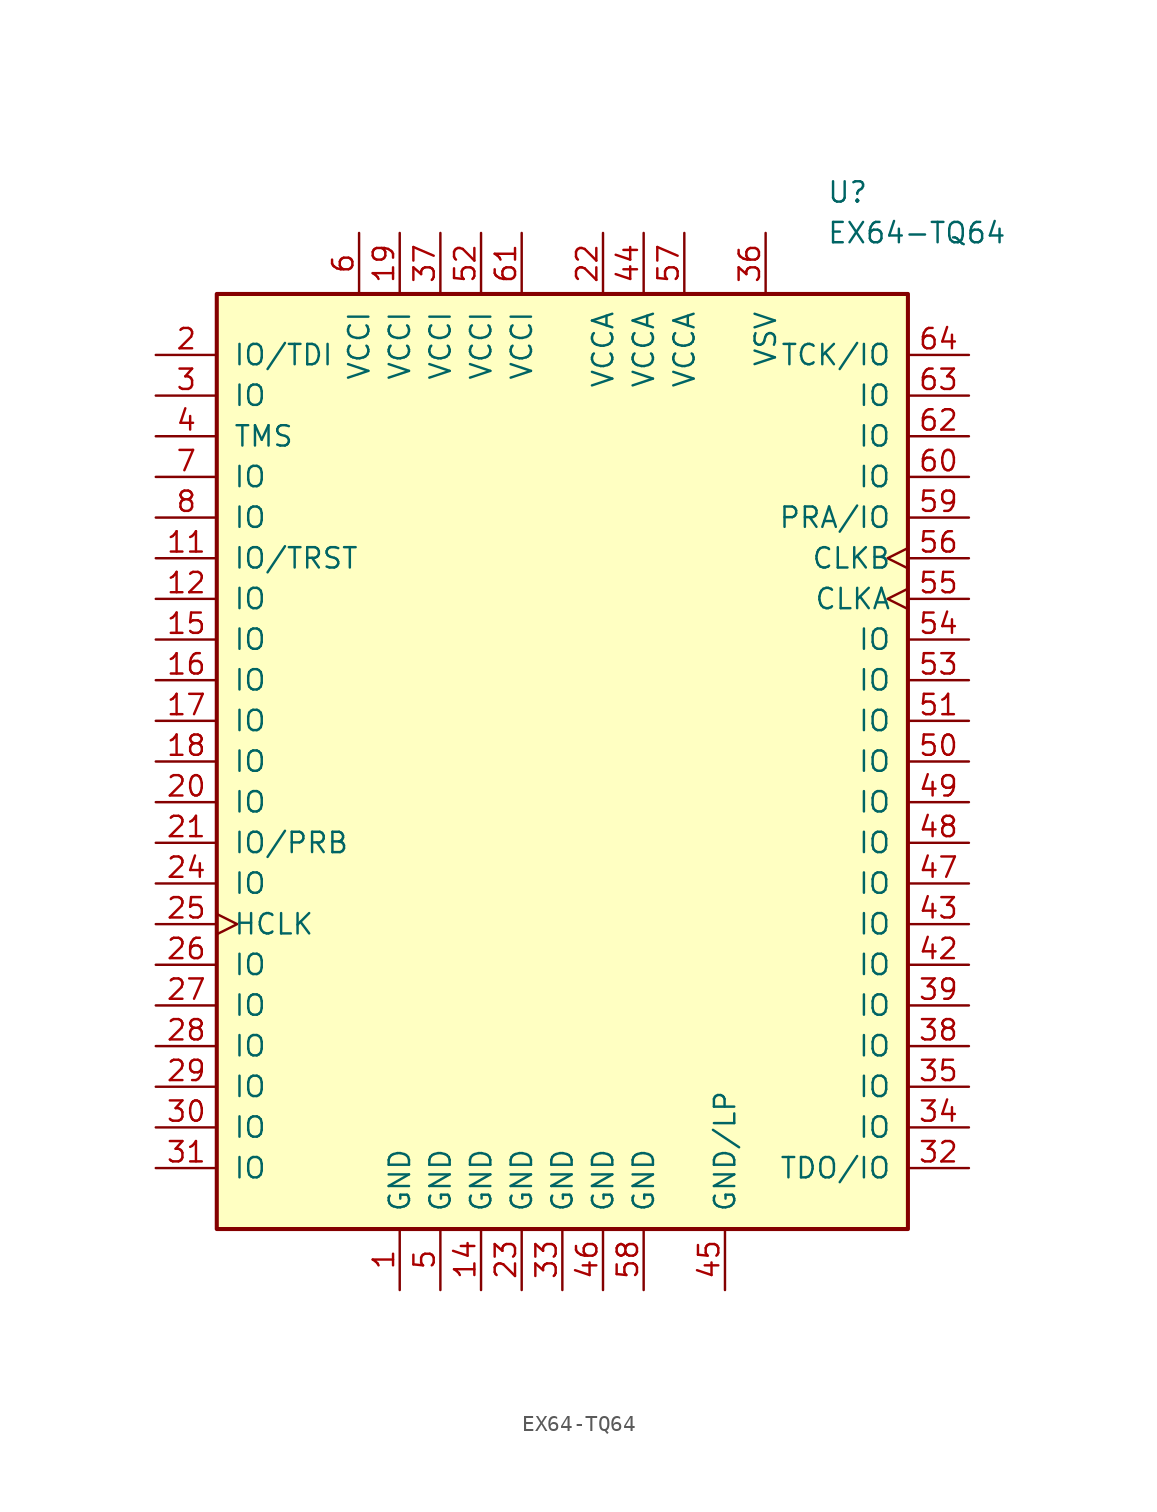
<source format=kicad_sym>
(kicad_symbol_lib
  (version 20201005)
  (generator kicad_symbol_editor)
  (symbol "FPGA_Microsemi:EX64-TQ64"
    (pin_names
      (offset 1.016))
    (property "Reference" "U"
      (at 16.51 35.56 0)
      (effects (font (size 1.27 1.27)) (justify left)))
    (property "Value" "EX64-TQ64"
      (at 16.51 33.02 0)
      (effects (font (size 1.27 1.27)) (justify left)))
    (symbol "EX64-TQ64_0_1"
      (rectangle (start -21.59 29.21) (end 21.59 -29.21) (stroke (width 0.254)) (fill (type background))))
    (symbol "EX64-TQ64_1_1"
      (pin power_out line (at -10.16 -33.02 90) (length 3.81) (name "GND" (effects (font (size 1.27 1.27)))) (number "1" (effects (font (size 1.27 1.27)))))
      (pin bidirectional line (at -25.4 12.7 0) (length 3.81) (name "IO/TRST" (effects (font (size 1.27 1.27)))) (number "11" (effects (font (size 1.27 1.27)))))
      (pin bidirectional line (at -25.4 10.16 0) (length 3.81) (name "IO" (effects (font (size 1.27 1.27)))) (number "12" (effects (font (size 1.27 1.27)))))
      (pin power_out line (at -5.08 -33.02 90) (length 3.81) (name "GND" (effects (font (size 1.27 1.27)))) (number "14" (effects (font (size 1.27 1.27)))))
      (pin bidirectional line (at -25.4 7.62 0) (length 3.81) (name "IO" (effects (font (size 1.27 1.27)))) (number "15" (effects (font (size 1.27 1.27)))))
      (pin bidirectional line (at -25.4 5.08 0) (length 3.81) (name "IO" (effects (font (size 1.27 1.27)))) (number "16" (effects (font (size 1.27 1.27)))))
      (pin bidirectional line (at -25.4 2.54 0) (length 3.81) (name "IO" (effects (font (size 1.27 1.27)))) (number "17" (effects (font (size 1.27 1.27)))))
      (pin bidirectional line (at -25.4 0 0) (length 3.81) (name "IO" (effects (font (size 1.27 1.27)))) (number "18" (effects (font (size 1.27 1.27)))))
      (pin power_in line (at -10.16 33.02 270) (length 3.81) (name "VCCI" (effects (font (size 1.27 1.27)))) (number "19" (effects (font (size 1.27 1.27)))))
      (pin bidirectional line (at -25.4 25.4 0) (length 3.81) (name "IO/TDI" (effects (font (size 1.27 1.27)))) (number "2" (effects (font (size 1.27 1.27)))))
      (pin bidirectional line (at -25.4 -2.54 0) (length 3.81) (name "IO" (effects (font (size 1.27 1.27)))) (number "20" (effects (font (size 1.27 1.27)))))
      (pin bidirectional line (at -25.4 -5.08 0) (length 3.81) (name "IO/PRB" (effects (font (size 1.27 1.27)))) (number "21" (effects (font (size 1.27 1.27)))))
      (pin power_in line (at 2.54 33.02 270) (length 3.81) (name "VCCA" (effects (font (size 1.27 1.27)))) (number "22" (effects (font (size 1.27 1.27)))))
      (pin power_out line (at -2.54 -33.02 90) (length 3.81) (name "GND" (effects (font (size 1.27 1.27)))) (number "23" (effects (font (size 1.27 1.27)))))
      (pin bidirectional line (at -25.4 -7.62 0) (length 3.81) (name "IO" (effects (font (size 1.27 1.27)))) (number "24" (effects (font (size 1.27 1.27)))))
      (pin input clock (at -25.4 -10.16 0) (length 3.81) (name "HCLK" (effects (font (size 1.27 1.27)))) (number "25" (effects (font (size 1.27 1.27)))))
      (pin bidirectional line (at -25.4 -12.7 0) (length 3.81) (name "IO" (effects (font (size 1.27 1.27)))) (number "26" (effects (font (size 1.27 1.27)))))
      (pin bidirectional line (at -25.4 -15.24 0) (length 3.81) (name "IO" (effects (font (size 1.27 1.27)))) (number "27" (effects (font (size 1.27 1.27)))))
      (pin bidirectional line (at -25.4 -17.78 0) (length 3.81) (name "IO" (effects (font (size 1.27 1.27)))) (number "28" (effects (font (size 1.27 1.27)))))
      (pin bidirectional line (at -25.4 -20.32 0) (length 3.81) (name "IO" (effects (font (size 1.27 1.27)))) (number "29" (effects (font (size 1.27 1.27)))))
      (pin bidirectional line (at -25.4 22.86 0) (length 3.81) (name "IO" (effects (font (size 1.27 1.27)))) (number "3" (effects (font (size 1.27 1.27)))))
      (pin bidirectional line (at -25.4 -22.86 0) (length 3.81) (name "IO" (effects (font (size 1.27 1.27)))) (number "30" (effects (font (size 1.27 1.27)))))
      (pin bidirectional line (at -25.4 -25.4 0) (length 3.81) (name "IO" (effects (font (size 1.27 1.27)))) (number "31" (effects (font (size 1.27 1.27)))))
      (pin bidirectional line (at 25.4 -25.4 180) (length 3.81) (name "TDO/IO" (effects (font (size 1.27 1.27)))) (number "32" (effects (font (size 1.27 1.27)))))
      (pin power_out line (at 0 -33.02 90) (length 3.81) (name "GND" (effects (font (size 1.27 1.27)))) (number "33" (effects (font (size 1.27 1.27)))))
      (pin bidirectional line (at 25.4 -22.86 180) (length 3.81) (name "IO" (effects (font (size 1.27 1.27)))) (number "34" (effects (font (size 1.27 1.27)))))
      (pin bidirectional line (at 25.4 -20.32 180) (length 3.81) (name "IO" (effects (font (size 1.27 1.27)))) (number "35" (effects (font (size 1.27 1.27)))))
      (pin power_in line (at 12.7 33.02 270) (length 3.81) (name "VSV" (effects (font (size 1.27 1.27)))) (number "36" (effects (font (size 1.27 1.27)))))
      (pin power_in line (at -7.62 33.02 270) (length 3.81) (name "VCCI" (effects (font (size 1.27 1.27)))) (number "37" (effects (font (size 1.27 1.27)))))
      (pin bidirectional line (at 25.4 -17.78 180) (length 3.81) (name "IO" (effects (font (size 1.27 1.27)))) (number "38" (effects (font (size 1.27 1.27)))))
      (pin bidirectional line (at 25.4 -15.24 180) (length 3.81) (name "IO" (effects (font (size 1.27 1.27)))) (number "39" (effects (font (size 1.27 1.27)))))
      (pin input line (at -25.4 20.32 0) (length 3.81) (name "TMS" (effects (font (size 1.27 1.27)))) (number "4" (effects (font (size 1.27 1.27)))))
      (pin bidirectional line (at 25.4 -12.7 180) (length 3.81) (name "IO" (effects (font (size 1.27 1.27)))) (number "42" (effects (font (size 1.27 1.27)))))
      (pin bidirectional line (at 25.4 -10.16 180) (length 3.81) (name "IO" (effects (font (size 1.27 1.27)))) (number "43" (effects (font (size 1.27 1.27)))))
      (pin power_in line (at 5.08 33.02 270) (length 3.81) (name "VCCA" (effects (font (size 1.27 1.27)))) (number "44" (effects (font (size 1.27 1.27)))))
      (pin power_out line (at 10.16 -33.02 90) (length 3.81) (name "GND/LP" (effects (font (size 1.27 1.27)))) (number "45" (effects (font (size 1.27 1.27)))))
      (pin power_out line (at 2.54 -33.02 90) (length 3.81) (name "GND" (effects (font (size 1.27 1.27)))) (number "46" (effects (font (size 1.27 1.27)))))
      (pin bidirectional line (at 25.4 -7.62 180) (length 3.81) (name "IO" (effects (font (size 1.27 1.27)))) (number "47" (effects (font (size 1.27 1.27)))))
      (pin bidirectional line (at 25.4 -5.08 180) (length 3.81) (name "IO" (effects (font (size 1.27 1.27)))) (number "48" (effects (font (size 1.27 1.27)))))
      (pin bidirectional line (at 25.4 -2.54 180) (length 3.81) (name "IO" (effects (font (size 1.27 1.27)))) (number "49" (effects (font (size 1.27 1.27)))))
      (pin power_out line (at -7.62 -33.02 90) (length 3.81) (name "GND" (effects (font (size 1.27 1.27)))) (number "5" (effects (font (size 1.27 1.27)))))
      (pin bidirectional line (at 25.4 0 180) (length 3.81) (name "IO" (effects (font (size 1.27 1.27)))) (number "50" (effects (font (size 1.27 1.27)))))
      (pin bidirectional line (at 25.4 2.54 180) (length 3.81) (name "IO" (effects (font (size 1.27 1.27)))) (number "51" (effects (font (size 1.27 1.27)))))
      (pin power_in line (at -5.08 33.02 270) (length 3.81) (name "VCCI" (effects (font (size 1.27 1.27)))) (number "52" (effects (font (size 1.27 1.27)))))
      (pin bidirectional line (at 25.4 5.08 180) (length 3.81) (name "IO" (effects (font (size 1.27 1.27)))) (number "53" (effects (font (size 1.27 1.27)))))
      (pin bidirectional line (at 25.4 7.62 180) (length 3.81) (name "IO" (effects (font (size 1.27 1.27)))) (number "54" (effects (font (size 1.27 1.27)))))
      (pin input clock (at 25.4 10.16 180) (length 3.81) (name "CLKA" (effects (font (size 1.27 1.27)))) (number "55" (effects (font (size 1.27 1.27)))))
      (pin input clock (at 25.4 12.7 180) (length 3.81) (name "CLKB" (effects (font (size 1.27 1.27)))) (number "56" (effects (font (size 1.27 1.27)))))
      (pin power_in line (at 7.62 33.02 270) (length 3.81) (name "VCCA" (effects (font (size 1.27 1.27)))) (number "57" (effects (font (size 1.27 1.27)))))
      (pin power_out line (at 5.08 -33.02 90) (length 3.81) (name "GND" (effects (font (size 1.27 1.27)))) (number "58" (effects (font (size 1.27 1.27)))))
      (pin bidirectional line (at 25.4 15.24 180) (length 3.81) (name "PRA/IO" (effects (font (size 1.27 1.27)))) (number "59" (effects (font (size 1.27 1.27)))))
      (pin power_in line (at -12.7 33.02 270) (length 3.81) (name "VCCI" (effects (font (size 1.27 1.27)))) (number "6" (effects (font (size 1.27 1.27)))))
      (pin bidirectional line (at 25.4 17.78 180) (length 3.81) (name "IO" (effects (font (size 1.27 1.27)))) (number "60" (effects (font (size 1.27 1.27)))))
      (pin power_in line (at -2.54 33.02 270) (length 3.81) (name "VCCI" (effects (font (size 1.27 1.27)))) (number "61" (effects (font (size 1.27 1.27)))))
      (pin bidirectional line (at 25.4 20.32 180) (length 3.81) (name "IO" (effects (font (size 1.27 1.27)))) (number "62" (effects (font (size 1.27 1.27)))))
      (pin bidirectional line (at 25.4 22.86 180) (length 3.81) (name "IO" (effects (font (size 1.27 1.27)))) (number "63" (effects (font (size 1.27 1.27)))))
      (pin bidirectional line (at 25.4 25.4 180) (length 3.81) (name "TCK/IO" (effects (font (size 1.27 1.27)))) (number "64" (effects (font (size 1.27 1.27)))))
      (pin bidirectional line (at -25.4 17.78 0) (length 3.81) (name "IO" (effects (font (size 1.27 1.27)))) (number "7" (effects (font (size 1.27 1.27)))))
      (pin bidirectional line (at -25.4 15.24 0) (length 3.81) (name "IO" (effects (font (size 1.27 1.27)))) (number "8" (effects (font (size 1.27 1.27))))))))
</source>
